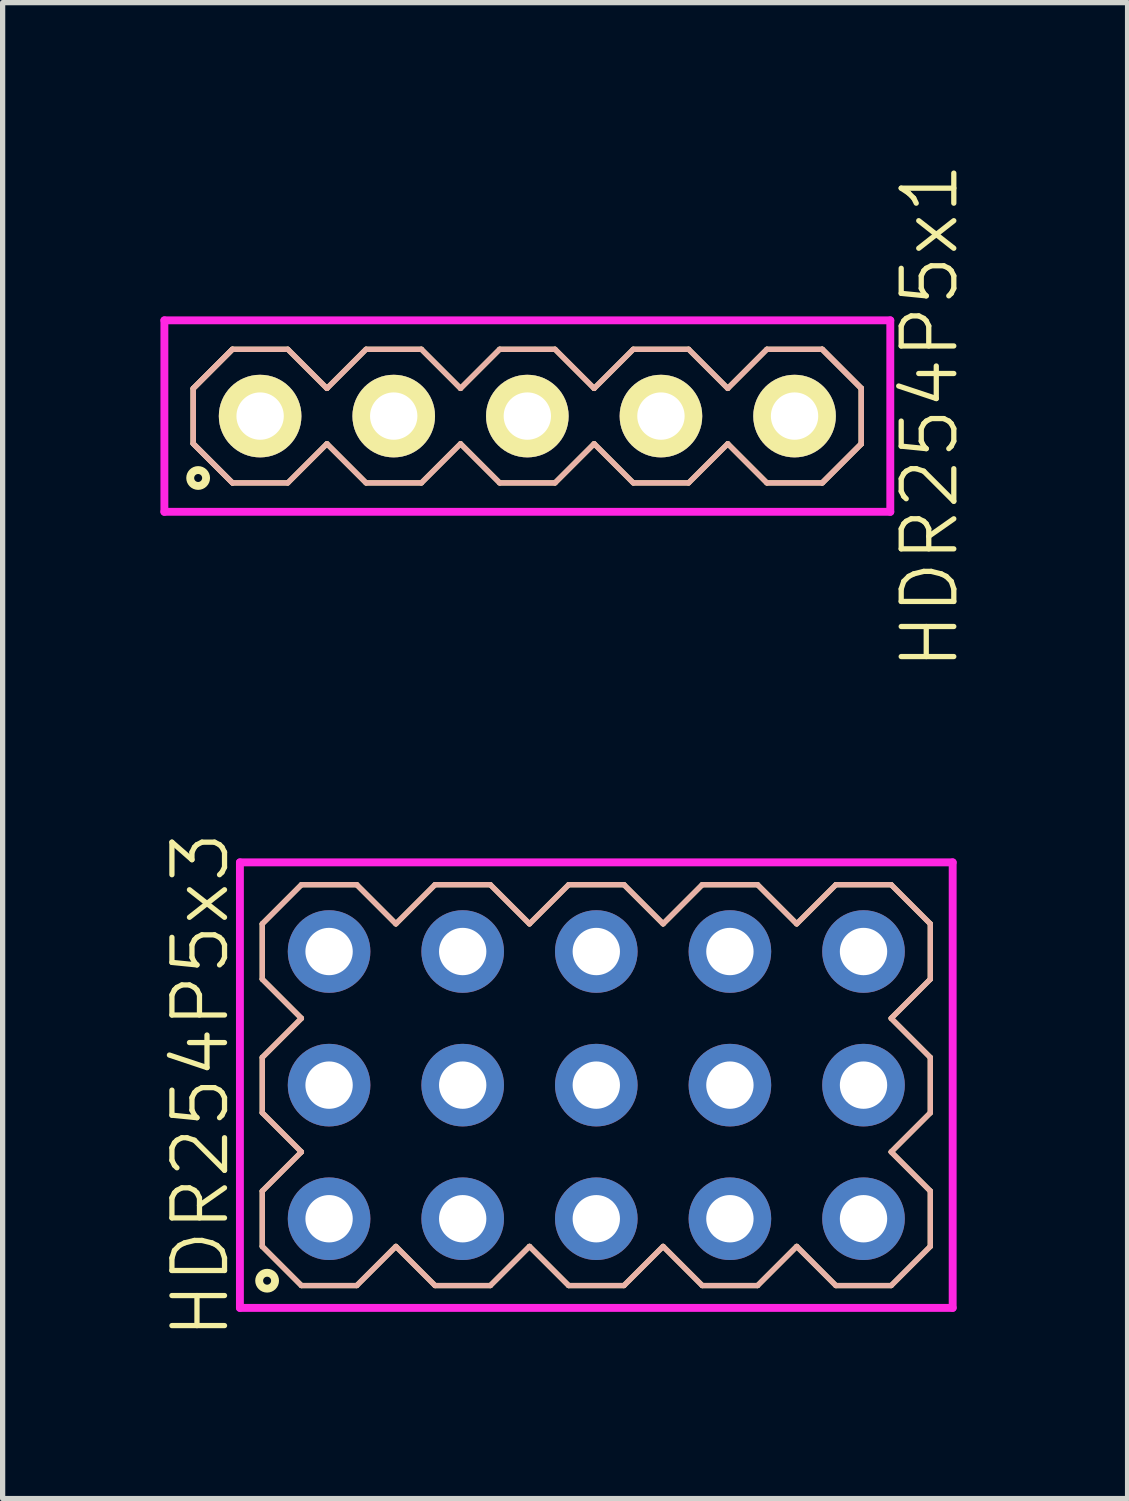
<source format=kicad_pcb>
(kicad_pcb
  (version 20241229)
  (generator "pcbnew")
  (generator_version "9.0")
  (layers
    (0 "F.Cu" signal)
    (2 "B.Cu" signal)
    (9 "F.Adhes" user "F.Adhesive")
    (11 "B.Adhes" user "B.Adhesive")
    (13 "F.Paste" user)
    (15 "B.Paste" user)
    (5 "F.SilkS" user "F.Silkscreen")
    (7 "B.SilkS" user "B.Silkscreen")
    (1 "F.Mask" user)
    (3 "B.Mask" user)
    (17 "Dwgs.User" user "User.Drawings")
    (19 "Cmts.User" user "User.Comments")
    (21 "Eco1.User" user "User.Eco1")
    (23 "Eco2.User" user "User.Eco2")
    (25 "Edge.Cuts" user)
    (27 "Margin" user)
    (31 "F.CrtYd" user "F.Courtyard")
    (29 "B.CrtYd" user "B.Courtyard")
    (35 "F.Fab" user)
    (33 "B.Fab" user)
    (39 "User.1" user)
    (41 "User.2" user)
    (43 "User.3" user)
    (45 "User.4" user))
  (footprint "HDR254P5x3"
    (layer "F.Cu")
    (at 8.286 17.579)
    (property "Reference" "HDR254P5x3" (at -7.525 0 90) (layer "F.SilkS") (effects (font (size 1 1) (thickness 0.1))))
    (attr through_hole)
    (fp_line (start -6.35 -3.066) (end -5.606 -3.81) (stroke (width 0.1) (type solid)) (layer "F.SilkS"))
    (fp_line (start -6.35 -2.014) (end -6.35 -3.066) (stroke (width 0.1) (type solid)) (layer "F.SilkS"))
    (fp_line (start -6.35 -0.526) (end -5.606 -1.27) (stroke (width 0.1) (type solid)) (layer "F.SilkS"))
    (fp_line (start -6.35 0.526) (end -6.35 -0.526) (stroke (width 0.1) (type solid)) (layer "F.SilkS"))
    (fp_line (start -6.35 2.014) (end -5.606 1.27) (stroke (width 0.1) (type solid)) (layer "F.SilkS"))
    (fp_line (start -6.35 3.066) (end -6.35 2.014) (stroke (width 0.1) (type solid)) (layer "F.SilkS"))
    (fp_line (start -5.606 -3.81) (end -4.554 -3.81) (stroke (width 0.1) (type solid)) (layer "F.SilkS"))
    (fp_line (start -5.606 -1.27) (end -6.35 -2.014) (stroke (width 0.1) (type solid)) (layer "F.SilkS"))
    (fp_line (start -5.606 1.27) (end -6.35 0.526) (stroke (width 0.1) (type solid)) (layer "F.SilkS"))
    (fp_line (start -5.606 3.81) (end -6.35 3.066) (stroke (width 0.1) (type solid)) (layer "F.SilkS"))
    (fp_line (start -4.554 -3.81) (end -3.81 -3.066) (stroke (width 0.1) (type solid)) (layer "F.SilkS"))
    (fp_line (start -4.554 3.81) (end -5.606 3.81) (stroke (width 0.1) (type solid)) (layer "F.SilkS"))
    (fp_line (start -3.81 -3.066) (end -3.066 -3.81) (stroke (width 0.1) (type solid)) (layer "F.SilkS"))
    (fp_line (start -3.81 3.066) (end -4.554 3.81) (stroke (width 0.1) (type solid)) (layer "F.SilkS"))
    (fp_line (start -3.066 -3.81) (end -2.014 -3.81) (stroke (width 0.1) (type solid)) (layer "F.SilkS"))
    (fp_line (start -3.066 3.81) (end -3.81 3.066) (stroke (width 0.1) (type solid)) (layer "F.SilkS"))
    (fp_line (start -2.014 -3.81) (end -1.27 -3.066) (stroke (width 0.1) (type solid)) (layer "F.SilkS"))
    (fp_line (start -2.014 3.81) (end -3.066 3.81) (stroke (width 0.1) (type solid)) (layer "F.SilkS"))
    (fp_line (start -1.27 -3.066) (end -0.526 -3.81) (stroke (width 0.1) (type solid)) (layer "F.SilkS"))
    (fp_line (start -1.27 3.066) (end -2.014 3.81) (stroke (width 0.1) (type solid)) (layer "F.SilkS"))
    (fp_line (start -0.526 -3.81) (end 0.526 -3.81) (stroke (width 0.1) (type solid)) (layer "F.SilkS"))
    (fp_line (start -0.526 3.81) (end -1.27 3.066) (stroke (width 0.1) (type solid)) (layer "F.SilkS"))
    (fp_line (start 0.526 -3.81) (end 1.27 -3.066) (stroke (width 0.1) (type solid)) (layer "F.SilkS"))
    (fp_line (start 0.526 3.81) (end -0.526 3.81) (stroke (width 0.1) (type solid)) (layer "F.SilkS"))
    (fp_line (start 1.27 -3.066) (end 2.014 -3.81) (stroke (width 0.1) (type solid)) (layer "F.SilkS"))
    (fp_line (start 1.27 3.066) (end 0.526 3.81) (stroke (width 0.1) (type solid)) (layer "F.SilkS"))
    (fp_line (start 2.014 -3.81) (end 3.066 -3.81) (stroke (width 0.1) (type solid)) (layer "F.SilkS"))
    (fp_line (start 2.014 3.81) (end 1.27 3.066) (stroke (width 0.1) (type solid)) (layer "F.SilkS"))
    (fp_line (start 3.066 -3.81) (end 3.81 -3.066) (stroke (width 0.1) (type solid)) (layer "F.SilkS"))
    (fp_line (start 3.066 3.81) (end 2.014 3.81) (stroke (width 0.1) (type solid)) (layer "F.SilkS"))
    (fp_line (start 3.81 -3.066) (end 4.554 -3.81) (stroke (width 0.1) (type solid)) (layer "F.SilkS"))
    (fp_line (start 3.81 3.066) (end 3.066 3.81) (stroke (width 0.1) (type solid)) (layer "F.SilkS"))
    (fp_line (start 4.554 -3.81) (end 5.606 -3.81) (stroke (width 0.1) (type solid)) (layer "F.SilkS"))
    (fp_line (start 4.554 3.81) (end 3.81 3.066) (stroke (width 0.1) (type solid)) (layer "F.SilkS"))
    (fp_line (start 5.606 -3.81) (end 6.35 -3.066) (stroke (width 0.1) (type solid)) (layer "F.SilkS"))
    (fp_line (start 5.606 -1.27) (end 6.35 -0.526) (stroke (width 0.1) (type solid)) (layer "F.SilkS"))
    (fp_line (start 5.606 1.27) (end 6.35 2.014) (stroke (width 0.1) (type solid)) (layer "F.SilkS"))
    (fp_line (start 5.606 3.81) (end 4.554 3.81) (stroke (width 0.1) (type solid)) (layer "F.SilkS"))
    (fp_line (start 6.35 -3.066) (end 6.35 -2.014) (stroke (width 0.1) (type solid)) (layer "F.SilkS"))
    (fp_line (start 6.35 -2.014) (end 5.606 -1.27) (stroke (width 0.1) (type solid)) (layer "F.SilkS"))
    (fp_line (start 6.35 -0.526) (end 6.35 0.526) (stroke (width 0.1) (type solid)) (layer "F.SilkS"))
    (fp_line (start 6.35 0.526) (end 5.606 1.27) (stroke (width 0.1) (type solid)) (layer "F.SilkS"))
    (fp_line (start 6.35 2.014) (end 6.35 3.066) (stroke (width 0.1) (type solid)) (layer "F.SilkS"))
    (fp_line (start 6.35 3.066) (end 5.606 3.81) (stroke (width 0.1) (type solid)) (layer "F.SilkS"))
    (fp_circle (center -6.258 3.718) (end -6.107 3.718) (stroke (width 0.15) (type solid)) (fill no) (layer "F.SilkS"))
    (fp_line (start -6.35 -3.066) (end -5.606 -3.81) (stroke (width 0.1) (type solid)) (layer "B.SilkS"))
    (fp_line (start -6.35 -2.014) (end -6.35 -3.066) (stroke (width 0.1) (type solid)) (layer "B.SilkS"))
    (fp_line (start -6.35 -0.526) (end -5.606 -1.27) (stroke (width 0.1) (type solid)) (layer "B.SilkS"))
    (fp_line (start -6.35 0.526) (end -6.35 -0.526) (stroke (width 0.1) (type solid)) (layer "B.SilkS"))
    (fp_line (start -6.35 2.014) (end -5.606 1.27) (stroke (width 0.1) (type solid)) (layer "B.SilkS"))
    (fp_line (start -6.35 3.066) (end -6.35 2.014) (stroke (width 0.1) (type solid)) (layer "B.SilkS"))
    (fp_line (start -5.606 -3.81) (end -4.554 -3.81) (stroke (width 0.1) (type solid)) (layer "B.SilkS"))
    (fp_line (start -5.606 -1.27) (end -6.35 -2.014) (stroke (width 0.1) (type solid)) (layer "B.SilkS"))
    (fp_line (start -5.606 1.27) (end -6.35 0.526) (stroke (width 0.1) (type solid)) (layer "B.SilkS"))
    (fp_line (start -5.606 3.81) (end -6.35 3.066) (stroke (width 0.1) (type solid)) (layer "B.SilkS"))
    (fp_line (start -4.554 -3.81) (end -3.81 -3.066) (stroke (width 0.1) (type solid)) (layer "B.SilkS"))
    (fp_line (start -4.554 3.81) (end -5.606 3.81) (stroke (width 0.1) (type solid)) (layer "B.SilkS"))
    (fp_line (start -3.81 -3.066) (end -3.066 -3.81) (stroke (width 0.1) (type solid)) (layer "B.SilkS"))
    (fp_line (start -3.81 3.066) (end -4.554 3.81) (stroke (width 0.1) (type solid)) (layer "B.SilkS"))
    (fp_line (start -3.066 -3.81) (end -2.014 -3.81) (stroke (width 0.1) (type solid)) (layer "B.SilkS"))
    (fp_line (start -3.066 3.81) (end -3.81 3.066) (stroke (width 0.1) (type solid)) (layer "B.SilkS"))
    (fp_line (start -2.014 -3.81) (end -1.27 -3.066) (stroke (width 0.1) (type solid)) (layer "B.SilkS"))
    (fp_line (start -2.014 3.81) (end -3.066 3.81) (stroke (width 0.1) (type solid)) (layer "B.SilkS"))
    (fp_line (start -1.27 -3.066) (end -0.526 -3.81) (stroke (width 0.1) (type solid)) (layer "B.SilkS"))
    (fp_line (start -1.27 3.066) (end -2.014 3.81) (stroke (width 0.1) (type solid)) (layer "B.SilkS"))
    (fp_line (start -0.526 -3.81) (end 0.526 -3.81) (stroke (width 0.1) (type solid)) (layer "B.SilkS"))
    (fp_line (start -0.526 3.81) (end -1.27 3.066) (stroke (width 0.1) (type solid)) (layer "B.SilkS"))
    (fp_line (start 0.526 -3.81) (end 1.27 -3.066) (stroke (width 0.1) (type solid)) (layer "B.SilkS"))
    (fp_line (start 0.526 3.81) (end -0.526 3.81) (stroke (width 0.1) (type solid)) (layer "B.SilkS"))
    (fp_line (start 1.27 -3.066) (end 2.014 -3.81) (stroke (width 0.1) (type solid)) (layer "B.SilkS"))
    (fp_line (start 1.27 3.066) (end 0.526 3.81) (stroke (width 0.1) (type solid)) (layer "B.SilkS"))
    (fp_line (start 2.014 -3.81) (end 3.066 -3.81) (stroke (width 0.1) (type solid)) (layer "B.SilkS"))
    (fp_line (start 2.014 3.81) (end 1.27 3.066) (stroke (width 0.1) (type solid)) (layer "B.SilkS"))
    (fp_line (start 3.066 -3.81) (end 3.81 -3.066) (stroke (width 0.1) (type solid)) (layer "B.SilkS"))
    (fp_line (start 3.066 3.81) (end 2.014 3.81) (stroke (width 0.1) (type solid)) (layer "B.SilkS"))
    (fp_line (start 3.81 -3.066) (end 4.554 -3.81) (stroke (width 0.1) (type solid)) (layer "B.SilkS"))
    (fp_line (start 3.81 3.066) (end 3.066 3.81) (stroke (width 0.1) (type solid)) (layer "B.SilkS"))
    (fp_line (start 4.554 -3.81) (end 5.606 -3.81) (stroke (width 0.1) (type solid)) (layer "B.SilkS"))
    (fp_line (start 4.554 3.81) (end 3.81 3.066) (stroke (width 0.1) (type solid)) (layer "B.SilkS"))
    (fp_line (start 5.606 -3.81) (end 6.35 -3.066) (stroke (width 0.1) (type solid)) (layer "B.SilkS"))
    (fp_line (start 5.606 -1.27) (end 6.35 -0.526) (stroke (width 0.1) (type solid)) (layer "B.SilkS"))
    (fp_line (start 5.606 1.27) (end 6.35 2.014) (stroke (width 0.1) (type solid)) (layer "B.SilkS"))
    (fp_line (start 5.606 3.81) (end 4.554 3.81) (stroke (width 0.1) (type solid)) (layer "B.SilkS"))
    (fp_line (start 6.35 -3.066) (end 6.35 -2.014) (stroke (width 0.1) (type solid)) (layer "B.SilkS"))
    (fp_line (start 6.35 -2.014) (end 5.606 -1.27) (stroke (width 0.1) (type solid)) (layer "B.SilkS"))
    (fp_line (start 6.35 -0.526) (end 6.35 0.526) (stroke (width 0.1) (type solid)) (layer "B.SilkS"))
    (fp_line (start 6.35 0.526) (end 5.606 1.27) (stroke (width 0.1) (type solid)) (layer "B.SilkS"))
    (fp_line (start 6.35 2.014) (end 6.35 3.066) (stroke (width 0.1) (type solid)) (layer "B.SilkS"))
    (fp_line (start 6.35 3.066) (end 5.606 3.81) (stroke (width 0.1) (type solid)) (layer "B.SilkS"))
    (fp_line (start -6.775 -4.235) (end -6.775 4.235) (stroke (width 0.15) (type solid)) (layer "F.CrtYd"))
    (fp_line (start -6.775 4.235) (end 6.775 4.235) (stroke (width 0.15) (type solid)) (layer "F.CrtYd"))
    (fp_line (start 6.775 -4.235) (end -6.775 -4.235) (stroke (width 0.15) (type solid)) (layer "F.CrtYd"))
    (fp_line (start 6.775 4.235) (end 6.775 -4.235) (stroke (width 0.15) (type solid)) (layer "F.CrtYd"))
    (pad "1" thru_hole oval (at -5.08 2.54) (size 1.57 1.57) (drill 0.9) (layers "*.Cu" "*.Mask"))
    (pad "2" thru_hole oval (at -5.08 0) (size 1.57 1.57) (drill 0.9) (layers "*.Cu" "*.Mask"))
    (pad "3" thru_hole oval (at -5.08 -2.54) (size 1.57 1.57) (drill 0.9) (layers "*.Cu" "*.Mask"))
    (pad "4" thru_hole oval (at -2.54 2.54) (size 1.57 1.57) (drill 0.9) (layers "*.Cu" "*.Mask"))
    (pad "5" thru_hole oval (at -2.54 0) (size 1.57 1.57) (drill 0.9) (layers "*.Cu" "*.Mask"))
    (pad "6" thru_hole oval (at -2.54 -2.54) (size 1.57 1.57) (drill 0.9) (layers "*.Cu" "*.Mask"))
    (pad "7" thru_hole oval (at 0 2.54) (size 1.57 1.57) (drill 0.9) (layers "*.Cu" "*.Mask"))
    (pad "8" thru_hole oval (at 0 0) (size 1.57 1.57) (drill 0.9) (layers "*.Cu" "*.Mask"))
    (pad "9" thru_hole oval (at 0 -2.54) (size 1.57 1.57) (drill 0.9) (layers "*.Cu" "*.Mask"))
    (pad "10" thru_hole oval (at 2.54 2.54) (size 1.57 1.57) (drill 0.9) (layers "*.Cu" "*.Mask"))
    (pad "11" thru_hole oval (at 2.54 0) (size 1.57 1.57) (drill 0.9) (layers "*.Cu" "*.Mask"))
    (pad "12" thru_hole oval (at 2.54 -2.54) (size 1.57 1.57) (drill 0.9) (layers "*.Cu" "*.Mask"))
    (pad "13" thru_hole oval (at 5.08 2.54) (size 1.57 1.57) (drill 0.9) (layers "*.Cu" "*.Mask"))
    (pad "14" thru_hole oval (at 5.08 0) (size 1.57 1.57) (drill 0.9) (layers "*.Cu" "*.Mask"))
    (pad "15" thru_hole oval (at 5.08 -2.54) (size 1.57 1.57) (drill 0.9) (layers "*.Cu" "*.Mask")))
  (footprint "HDR254P5x1"
    (layer "F.Cu")
    (at 6.975 4.86)
    (property "Reference" "HDR254P5x1" (at 7.65 0 90) (layer "F.SilkS") (effects (font (size 1 1) (thickness 0.1))))
    (attr through_hole)
    (fp_line (start -6.35 -0.526) (end -5.606 -1.27) (stroke (width 0.1) (type solid)) (layer "F.SilkS"))
    (fp_line (start -6.35 -0.526) (end -5.606 -1.27) (stroke (width 0.1) (type solid)) (layer "F.SilkS"))
    (fp_line (start -6.35 0.526) (end -6.35 -0.526) (stroke (width 0.1) (type solid)) (layer "F.SilkS"))
    (fp_line (start -6.35 0.526) (end -6.35 -0.526) (stroke (width 0.1) (type solid)) (layer "F.SilkS"))
    (fp_line (start -5.606 -1.27) (end -4.554 -1.27) (stroke (width 0.1) (type solid)) (layer "F.SilkS"))
    (fp_line (start -5.606 1.27) (end -6.35 0.526) (stroke (width 0.1) (type solid)) (layer "F.SilkS"))
    (fp_line (start -5.606 1.27) (end -6.35 0.526) (stroke (width 0.1) (type solid)) (layer "F.SilkS"))
    (fp_line (start -4.554 -1.27) (end -3.81 -0.526) (stroke (width 0.1) (type solid)) (layer "F.SilkS"))
    (fp_line (start -4.554 1.27) (end -5.606 1.27) (stroke (width 0.1) (type solid)) (layer "F.SilkS"))
    (fp_line (start -3.81 -0.526) (end -3.066 -1.27) (stroke (width 0.1) (type solid)) (layer "F.SilkS"))
    (fp_line (start -3.81 0.526) (end -4.554 1.27) (stroke (width 0.1) (type solid)) (layer "F.SilkS"))
    (fp_line (start -3.066 -1.27) (end -2.014 -1.27) (stroke (width 0.1) (type solid)) (layer "F.SilkS"))
    (fp_line (start -3.066 1.27) (end -3.81 0.526) (stroke (width 0.1) (type solid)) (layer "F.SilkS"))
    (fp_line (start -2.014 -1.27) (end -1.27 -0.526) (stroke (width 0.1) (type solid)) (layer "F.SilkS"))
    (fp_line (start -2.014 1.27) (end -3.066 1.27) (stroke (width 0.1) (type solid)) (layer "F.SilkS"))
    (fp_line (start -1.27 -0.526) (end -0.526 -1.27) (stroke (width 0.1) (type solid)) (layer "F.SilkS"))
    (fp_line (start -1.27 0.526) (end -2.014 1.27) (stroke (width 0.1) (type solid)) (layer "F.SilkS"))
    (fp_line (start -0.526 -1.27) (end 0.526 -1.27) (stroke (width 0.1) (type solid)) (layer "F.SilkS"))
    (fp_line (start -0.526 1.27) (end -1.27 0.526) (stroke (width 0.1) (type solid)) (layer "F.SilkS"))
    (fp_line (start 0.526 -1.27) (end 1.27 -0.526) (stroke (width 0.1) (type solid)) (layer "F.SilkS"))
    (fp_line (start 0.526 1.27) (end -0.526 1.27) (stroke (width 0.1) (type solid)) (layer "F.SilkS"))
    (fp_line (start 1.27 -0.526) (end 2.014 -1.27) (stroke (width 0.1) (type solid)) (layer "F.SilkS"))
    (fp_line (start 1.27 0.526) (end 0.526 1.27) (stroke (width 0.1) (type solid)) (layer "F.SilkS"))
    (fp_line (start 2.014 -1.27) (end 3.066 -1.27) (stroke (width 0.1) (type solid)) (layer "F.SilkS"))
    (fp_line (start 2.014 1.27) (end 1.27 0.526) (stroke (width 0.1) (type solid)) (layer "F.SilkS"))
    (fp_line (start 3.066 -1.27) (end 3.81 -0.526) (stroke (width 0.1) (type solid)) (layer "F.SilkS"))
    (fp_line (start 3.066 1.27) (end 2.014 1.27) (stroke (width 0.1) (type solid)) (layer "F.SilkS"))
    (fp_line (start 3.81 -0.526) (end 4.554 -1.27) (stroke (width 0.1) (type solid)) (layer "F.SilkS"))
    (fp_line (start 3.81 0.526) (end 3.066 1.27) (stroke (width 0.1) (type solid)) (layer "F.SilkS"))
    (fp_line (start 4.554 -1.27) (end 5.606 -1.27) (stroke (width 0.1) (type solid)) (layer "F.SilkS"))
    (fp_line (start 4.554 1.27) (end 3.81 0.526) (stroke (width 0.1) (type solid)) (layer "F.SilkS"))
    (fp_line (start 5.606 -1.27) (end 6.35 -0.526) (stroke (width 0.1) (type solid)) (layer "F.SilkS"))
    (fp_line (start 5.606 -1.27) (end 6.35 -0.526) (stroke (width 0.1) (type solid)) (layer "F.SilkS"))
    (fp_line (start 5.606 1.27) (end 4.554 1.27) (stroke (width 0.1) (type solid)) (layer "F.SilkS"))
    (fp_line (start 6.35 -0.526) (end 6.35 0.526) (stroke (width 0.1) (type solid)) (layer "F.SilkS"))
    (fp_line (start 6.35 -0.526) (end 6.35 0.526) (stroke (width 0.1) (type solid)) (layer "F.SilkS"))
    (fp_line (start 6.35 0.526) (end 5.606 1.27) (stroke (width 0.1) (type solid)) (layer "F.SilkS"))
    (fp_line (start 6.35 0.526) (end 5.606 1.27) (stroke (width 0.1) (type solid)) (layer "F.SilkS"))
    (fp_circle (center -6.258 1.177) (end -6.107 1.177) (stroke (width 0.15) (type solid)) (fill no) (layer "F.SilkS"))
    (fp_line (start -6.35 -0.526) (end -5.606 -1.27) (stroke (width 0.1) (type solid)) (layer "B.SilkS"))
    (fp_line (start -6.35 -0.526) (end -5.606 -1.27) (stroke (width 0.1) (type solid)) (layer "B.SilkS"))
    (fp_line (start -6.35 0.526) (end -6.35 -0.526) (stroke (width 0.1) (type solid)) (layer "B.SilkS"))
    (fp_line (start -6.35 0.526) (end -6.35 -0.526) (stroke (width 0.1) (type solid)) (layer "B.SilkS"))
    (fp_line (start -5.606 -1.27) (end -4.554 -1.27) (stroke (width 0.1) (type solid)) (layer "B.SilkS"))
    (fp_line (start -5.606 1.27) (end -6.35 0.526) (stroke (width 0.1) (type solid)) (layer "B.SilkS"))
    (fp_line (start -5.606 1.27) (end -6.35 0.526) (stroke (width 0.1) (type solid)) (layer "B.SilkS"))
    (fp_line (start -4.554 -1.27) (end -3.81 -0.526) (stroke (width 0.1) (type solid)) (layer "B.SilkS"))
    (fp_line (start -4.554 1.27) (end -5.606 1.27) (stroke (width 0.1) (type solid)) (layer "B.SilkS"))
    (fp_line (start -3.81 -0.526) (end -3.066 -1.27) (stroke (width 0.1) (type solid)) (layer "B.SilkS"))
    (fp_line (start -3.81 0.526) (end -4.554 1.27) (stroke (width 0.1) (type solid)) (layer "B.SilkS"))
    (fp_line (start -3.066 -1.27) (end -2.014 -1.27) (stroke (width 0.1) (type solid)) (layer "B.SilkS"))
    (fp_line (start -3.066 1.27) (end -3.81 0.526) (stroke (width 0.1) (type solid)) (layer "B.SilkS"))
    (fp_line (start -2.014 -1.27) (end -1.27 -0.526) (stroke (width 0.1) (type solid)) (layer "B.SilkS"))
    (fp_line (start -2.014 1.27) (end -3.066 1.27) (stroke (width 0.1) (type solid)) (layer "B.SilkS"))
    (fp_line (start -1.27 -0.526) (end -0.526 -1.27) (stroke (width 0.1) (type solid)) (layer "B.SilkS"))
    (fp_line (start -1.27 0.526) (end -2.014 1.27) (stroke (width 0.1) (type solid)) (layer "B.SilkS"))
    (fp_line (start -0.526 -1.27) (end 0.526 -1.27) (stroke (width 0.1) (type solid)) (layer "B.SilkS"))
    (fp_line (start -0.526 1.27) (end -1.27 0.526) (stroke (width 0.1) (type solid)) (layer "B.SilkS"))
    (fp_line (start 0.526 -1.27) (end 1.27 -0.526) (stroke (width 0.1) (type solid)) (layer "B.SilkS"))
    (fp_line (start 0.526 1.27) (end -0.526 1.27) (stroke (width 0.1) (type solid)) (layer "B.SilkS"))
    (fp_line (start 1.27 -0.526) (end 2.014 -1.27) (stroke (width 0.1) (type solid)) (layer "B.SilkS"))
    (fp_line (start 1.27 0.526) (end 0.526 1.27) (stroke (width 0.1) (type solid)) (layer "B.SilkS"))
    (fp_line (start 2.014 -1.27) (end 3.066 -1.27) (stroke (width 0.1) (type solid)) (layer "B.SilkS"))
    (fp_line (start 2.014 1.27) (end 1.27 0.526) (stroke (width 0.1) (type solid)) (layer "B.SilkS"))
    (fp_line (start 3.066 -1.27) (end 3.81 -0.526) (stroke (width 0.1) (type solid)) (layer "B.SilkS"))
    (fp_line (start 3.066 1.27) (end 2.014 1.27) (stroke (width 0.1) (type solid)) (layer "B.SilkS"))
    (fp_line (start 3.81 -0.526) (end 4.554 -1.27) (stroke (width 0.1) (type solid)) (layer "B.SilkS"))
    (fp_line (start 3.81 0.526) (end 3.066 1.27) (stroke (width 0.1) (type solid)) (layer "B.SilkS"))
    (fp_line (start 4.554 -1.27) (end 5.606 -1.27) (stroke (width 0.1) (type solid)) (layer "B.SilkS"))
    (fp_line (start 4.554 1.27) (end 3.81 0.526) (stroke (width 0.1) (type solid)) (layer "B.SilkS"))
    (fp_line (start 5.606 -1.27) (end 6.35 -0.526) (stroke (width 0.1) (type solid)) (layer "B.SilkS"))
    (fp_line (start 5.606 -1.27) (end 6.35 -0.526) (stroke (width 0.1) (type solid)) (layer "B.SilkS"))
    (fp_line (start 5.606 1.27) (end 4.554 1.27) (stroke (width 0.1) (type solid)) (layer "B.SilkS"))
    (fp_line (start 6.35 -0.526) (end 6.35 0.526) (stroke (width 0.1) (type solid)) (layer "B.SilkS"))
    (fp_line (start 6.35 -0.526) (end 6.35 0.526) (stroke (width 0.1) (type solid)) (layer "B.SilkS"))
    (fp_line (start 6.35 0.526) (end 5.606 1.27) (stroke (width 0.1) (type solid)) (layer "B.SilkS"))
    (fp_line (start 6.35 0.526) (end 5.606 1.27) (stroke (width 0.1) (type solid)) (layer "B.SilkS"))
    (fp_line (start -6.9 -1.82) (end -6.9 1.82) (stroke (width 0.15) (type solid)) (layer "F.CrtYd"))
    (fp_line (start -6.9 1.82) (end 6.9 1.82) (stroke (width 0.15) (type solid)) (layer "F.CrtYd"))
    (fp_line (start 6.9 -1.82) (end -6.9 -1.82) (stroke (width 0.15) (type solid)) (layer "F.CrtYd"))
    (fp_line (start 6.9 1.82) (end 6.9 -1.82) (stroke (width 0.15) (type solid)) (layer "F.CrtYd"))
    (pad "1" thru_hole oval (at -5.08 0) (size 1.57 1.57) (drill 0.9) (layers "*.Cu" "*.Mask" "F.SilkS"))
    (pad "2" thru_hole oval (at -2.54 0) (size 1.57 1.57) (drill 0.9) (layers "*.Cu" "*.Mask" "F.SilkS"))
    (pad "3" thru_hole oval (at 0 0) (size 1.57 1.57) (drill 0.9) (layers "*.Cu" "*.Mask" "F.SilkS"))
    (pad "4" thru_hole oval (at 2.54 0) (size 1.57 1.57) (drill 0.9) (layers "*.Cu" "*.Mask" "F.SilkS"))
    (pad "5" thru_hole oval (at 5.08 0) (size 1.57 1.57) (drill 0.9) (layers "*.Cu" "*.Mask" "F.SilkS")))
  (gr_rect
    (start -3 -3)
    (end 18.386 25.438)
    (stroke (width 0.1) (type default))
    (fill no)
    (layer "Edge.Cuts")))
</source>
